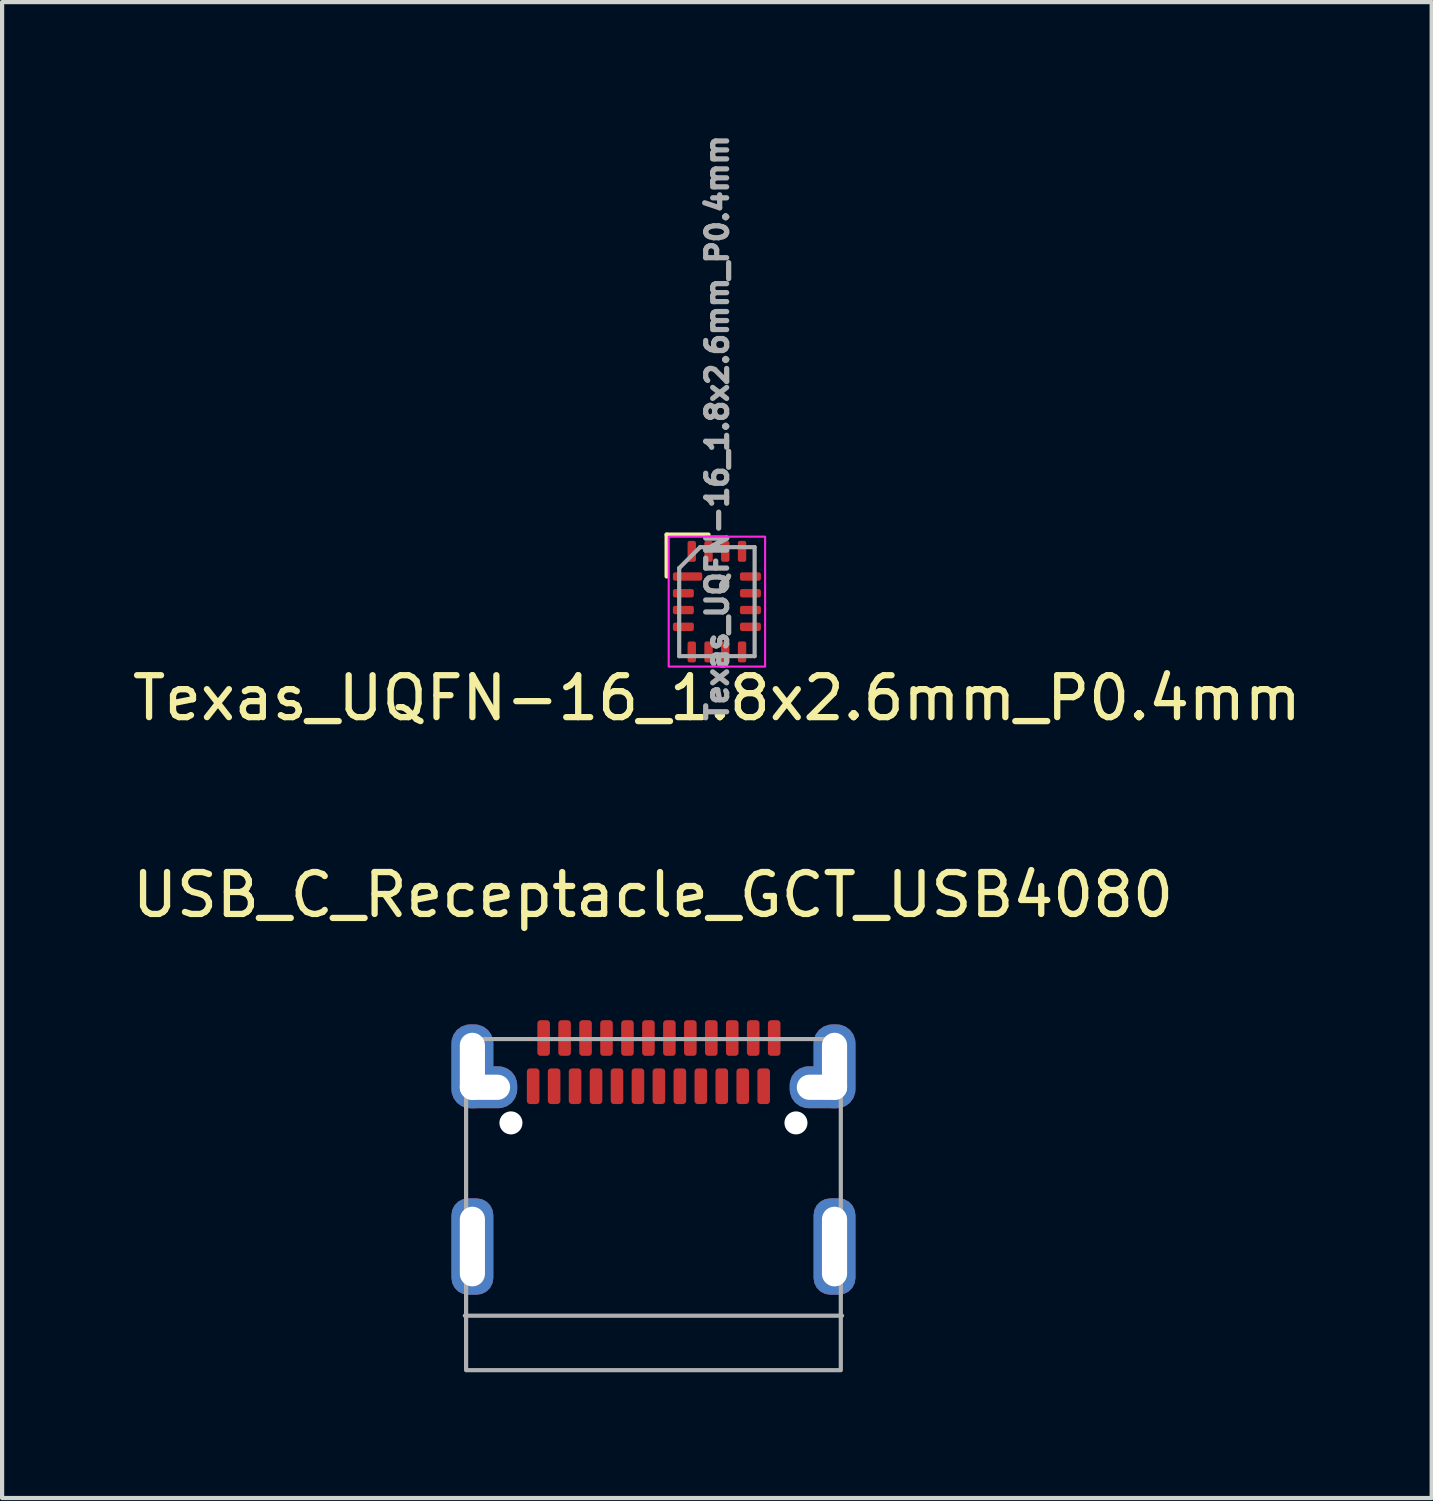
<source format=kicad_pcb>
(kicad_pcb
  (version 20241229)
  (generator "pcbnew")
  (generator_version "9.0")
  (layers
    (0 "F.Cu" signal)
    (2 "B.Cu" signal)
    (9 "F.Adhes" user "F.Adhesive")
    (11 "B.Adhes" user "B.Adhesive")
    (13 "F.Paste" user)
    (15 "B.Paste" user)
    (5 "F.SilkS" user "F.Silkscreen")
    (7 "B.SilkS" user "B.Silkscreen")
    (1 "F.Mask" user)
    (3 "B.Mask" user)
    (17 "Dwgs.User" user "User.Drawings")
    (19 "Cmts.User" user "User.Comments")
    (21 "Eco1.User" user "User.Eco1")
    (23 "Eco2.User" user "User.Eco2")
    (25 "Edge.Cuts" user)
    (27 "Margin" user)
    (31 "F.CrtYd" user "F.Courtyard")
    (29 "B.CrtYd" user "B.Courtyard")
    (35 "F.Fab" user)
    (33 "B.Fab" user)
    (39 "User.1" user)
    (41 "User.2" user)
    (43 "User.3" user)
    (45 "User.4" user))
  (footprint "Texas_UQFN-16_1.8x2.6mm_P0.4mm"
    (layer "F.Cu")
    (at 14.054 11.304)
    (property "Reference" "Texas_UQFN-16_1.8x2.6mm_P0.4mm" (at 0 2.3 0) (unlocked yes) (layer "F.SilkS") (effects (font (size 1 1) (thickness 0.15))))
    (attr smd)
    (fp_line (start -1.2 -1.6) (end -1.2 -0.6) (stroke (width 0.1) (type default)) (layer "F.SilkS"))
    (fp_line (start -1.2 -1.6) (end -0.2 -1.6) (stroke (width 0.1) (type default)) (layer "F.SilkS"))
    (fp_rect (start -1.15 -1.55) (end 1.15 1.55) (stroke (width 0.05) (type default)) (fill no) (layer "F.CrtYd"))
    (fp_line (start -0.9 1.3) (end -0.9 -0.8) (stroke (width 0.1) (type default)) (layer "F.Fab"))
    (fp_line (start -0.4 -1.3) (end -0.9 -0.8) (stroke (width 0.1) (type default)) (layer "F.Fab"))
    (fp_line (start -0.4 -1.3) (end 0.9 -1.3) (stroke (width 0.1) (type default)) (layer "F.Fab"))
    (fp_line (start 0.9 -1.3) (end 0.9 1.3) (stroke (width 0.1) (type default)) (layer "F.Fab"))
    (fp_line (start 0.9 1.3) (end -0.9 1.3) (stroke (width 0.1) (type default)) (layer "F.Fab"))
    (fp_text user "${REFERENCE}" (at 0.3 2.9 90) (unlocked yes) (layer "F.Fab") (effects (font (size 0.5 0.5) (thickness 0.125) (bold yes)) (justify left bottom)))
    (pad "1" smd roundrect (at -0.7 -0.6) (size 0.7 0.2) (layers "F.Cu" "F.Mask" "F.Paste") (roundrect_rratio 0.25))
    (pad "2" smd roundrect (at -0.8 -0.2) (size 0.5 0.2) (layers "F.Cu" "F.Mask" "F.Paste") (roundrect_rratio 0.25))
    (pad "3" smd roundrect (at -0.8 0.2) (size 0.5 0.2) (layers "F.Cu" "F.Mask" "F.Paste") (roundrect_rratio 0.25))
    (pad "4" smd roundrect (at -0.8 0.6) (size 0.5 0.2) (layers "F.Cu" "F.Mask" "F.Paste") (roundrect_rratio 0.25))
    (pad "5" smd roundrect (at -0.6 1.2 90) (size 0.5 0.2) (layers "F.Cu" "F.Mask" "F.Paste") (roundrect_rratio 0.25))
    (pad "6" smd roundrect (at -0.2 1.2 90) (size 0.5 0.2) (layers "F.Cu" "F.Mask" "F.Paste") (roundrect_rratio 0.25))
    (pad "7" smd roundrect (at 0.2 1.2 90) (size 0.5 0.2) (layers "F.Cu" "F.Mask" "F.Paste") (roundrect_rratio 0.25))
    (pad "8" smd roundrect (at 0.6 1.2 90) (size 0.5 0.2) (layers "F.Cu" "F.Mask" "F.Paste") (roundrect_rratio 0.25))
    (pad "9" smd roundrect (at 0.8 0.6 180) (size 0.5 0.2) (layers "F.Cu" "F.Mask" "F.Paste") (roundrect_rratio 0.25))
    (pad "10" smd roundrect (at 0.8 0.2 180) (size 0.5 0.2) (layers "F.Cu" "F.Mask" "F.Paste") (roundrect_rratio 0.25))
    (pad "11" smd roundrect (at 0.8 -0.2 180) (size 0.5 0.2) (layers "F.Cu" "F.Mask" "F.Paste") (roundrect_rratio 0.25))
    (pad "12" smd roundrect (at 0.8 -0.6 180) (size 0.5 0.2) (layers "F.Cu" "F.Mask" "F.Paste") (roundrect_rratio 0.25))
    (pad "13" smd roundrect (at 0.6 -1.2 270) (size 0.5 0.2) (layers "F.Cu" "F.Mask" "F.Paste") (roundrect_rratio 0.25))
    (pad "14" smd roundrect (at 0.2 -1.2 270) (size 0.5 0.2) (layers "F.Cu" "F.Mask" "F.Paste") (roundrect_rratio 0.25))
    (pad "15" smd roundrect (at -0.2 -1.2 270) (size 0.5 0.2) (layers "F.Cu" "F.Mask" "F.Paste") (roundrect_rratio 0.25))
    (pad "16" smd roundrect (at -0.6 -1.2 270) (size 0.5 0.2) (layers "F.Cu" "F.Mask" "F.Paste") (roundrect_rratio 0.25)))
  (footprint "USB_C_Receptacle_GCT_USB4080"
    (layer "F.Cu")
    (at 12.54 22.14)
    (property "Reference" "USB_C_Receptacle_GCT_USB4080" (at -0.01 -3.84 0) (unlocked yes) (layer "F.SilkS") (effects (font (size 1 1) (thickness 0.15))))
    (attr smd)
    (fp_line (start -4.5 6.2) (end 4.5 6.2) (stroke (width 0.1) (type default)) (layer "F.Fab"))
    (fp_rect (start -4.47 -0.4) (end 4.47 7.5) (stroke (width 0.1) (type default)) (fill no) (layer "F.Fab"))
    (pad "" np_thru_hole circle (at -3.4 1.6) (size 0.55 0.55) (drill 0.55) (layers "*.Cu" "*.Mask"))
    (pad "" np_thru_hole circle (at 3.4 1.6) (size 0.55 0.55) (drill 0.55) (layers "*.Cu" "*.Mask"))
    (pad "A1" smd roundrect (at -2.62 -0.425) (size 0.3 0.85) (layers "F.Cu" "F.Mask" "F.Paste") (roundrect_rratio 0.25))
    (pad "A2" smd roundrect (at -2.12 -0.425) (size 0.3 0.85) (layers "F.Cu" "F.Mask" "F.Paste") (roundrect_rratio 0.25))
    (pad "A3" smd roundrect (at -1.62 -0.425) (size 0.3 0.85) (layers "F.Cu" "F.Mask" "F.Paste") (roundrect_rratio 0.25))
    (pad "A4" smd roundrect (at -1.12 -0.425) (size 0.3 0.85) (layers "F.Cu" "F.Mask" "F.Paste") (roundrect_rratio 0.25))
    (pad "A5" smd roundrect (at -0.62 -0.425) (size 0.3 0.85) (layers "F.Cu" "F.Mask" "F.Paste") (roundrect_rratio 0.25))
    (pad "A6" smd roundrect (at -0.12 -0.425) (size 0.3 0.85) (layers "F.Cu" "F.Mask" "F.Paste") (roundrect_rratio 0.25))
    (pad "A7" smd roundrect (at 0.38 -0.425) (size 0.3 0.85) (layers "F.Cu" "F.Mask" "F.Paste") (roundrect_rratio 0.25))
    (pad "A8" smd roundrect (at 0.88 -0.425) (size 0.3 0.85) (layers "F.Cu" "F.Mask" "F.Paste") (roundrect_rratio 0.25))
    (pad "A9" smd roundrect (at 1.38 -0.425) (size 0.3 0.85) (layers "F.Cu" "F.Mask" "F.Paste") (roundrect_rratio 0.25))
    (pad "A10" smd roundrect (at 1.88 -0.425) (size 0.3 0.85) (layers "F.Cu" "F.Mask" "F.Paste") (roundrect_rratio 0.25))
    (pad "A11" smd roundrect (at 2.38 -0.425) (size 0.3 0.85) (layers "F.Cu" "F.Mask" "F.Paste") (roundrect_rratio 0.25))
    (pad "A12" smd roundrect (at 2.88 -0.425) (size 0.3 0.85) (layers "F.Cu" "F.Mask" "F.Paste") (roundrect_rratio 0.25))
    (pad "B1" smd roundrect (at 2.63 0.725) (size 0.3 0.85) (layers "F.Cu" "F.Mask" "F.Paste") (roundrect_rratio 0.25))
    (pad "B2" smd roundrect (at 2.13 0.725) (size 0.3 0.85) (layers "F.Cu" "F.Mask" "F.Paste") (roundrect_rratio 0.25))
    (pad "B3" smd roundrect (at 1.63 0.725) (size 0.3 0.85) (layers "F.Cu" "F.Mask" "F.Paste") (roundrect_rratio 0.25))
    (pad "B4" smd roundrect (at 1.13 0.725) (size 0.3 0.85) (layers "F.Cu" "F.Mask" "F.Paste") (roundrect_rratio 0.25))
    (pad "B5" smd roundrect (at 0.63 0.725) (size 0.3 0.85) (layers "F.Cu" "F.Mask" "F.Paste") (roundrect_rratio 0.25))
    (pad "B6" smd roundrect (at 0.13 0.725) (size 0.3 0.85) (layers "F.Cu" "F.Mask" "F.Paste") (roundrect_rratio 0.25))
    (pad "B7" smd roundrect (at -0.37 0.725) (size 0.3 0.85) (layers "F.Cu" "F.Mask" "F.Paste") (roundrect_rratio 0.25))
    (pad "B8" smd roundrect (at -0.87 0.725) (size 0.3 0.85) (layers "F.Cu" "F.Mask" "F.Paste") (roundrect_rratio 0.25))
    (pad "B9" smd roundrect (at -1.37 0.725) (size 0.3 0.85) (layers "F.Cu" "F.Mask" "F.Paste") (roundrect_rratio 0.25))
    (pad "B10" smd roundrect (at -1.87 0.725) (size 0.3 0.85) (layers "F.Cu" "F.Mask" "F.Paste") (roundrect_rratio 0.25))
    (pad "B11" smd roundrect (at -2.37 0.725) (size 0.3 0.85) (layers "F.Cu" "F.Mask" "F.Paste") (roundrect_rratio 0.25))
    (pad "B12" smd roundrect (at -2.87 0.725) (size 0.3 0.85) (layers "F.Cu" "F.Mask" "F.Paste") (roundrect_rratio 0.25))
    (pad "S1" thru_hole roundrect (at -4.32 0.25) (size 1 2) (drill oval 0.6 1.6) (layers "*.Cu" "*.Mask") (roundrect_rratio 0.45))
    (pad "S1" thru_hole roundrect (at -4.32 4.55) (size 1 2.3) (drill oval 0.6 1.9) (layers "*.Cu" "*.Mask") (roundrect_rratio 0.4))
    (pad "S1" thru_hole roundrect (at -4.02 0.75) (size 1.54 1) (drill oval 1.2 0.6) (layers "*.Cu" "*.Mask") (roundrect_rratio 0.45))
    (pad "S1" thru_hole roundrect (at 4.02 0.75) (size 1.54 1) (drill oval 1.2 0.6) (layers "*.Cu" "*.Mask") (roundrect_rratio 0.45))
    (pad "S1" thru_hole roundrect (at 4.32 0.25) (size 1 2) (drill oval 0.6 1.6) (layers "*.Cu" "*.Mask") (roundrect_rratio 0.45))
    (pad "S1" thru_hole roundrect (at 4.32 4.55) (size 1 2.3) (drill oval 0.6 1.9) (layers "*.Cu" "*.Mask") (roundrect_rratio 0.4)))
  (gr_rect
    (start -3 -3)
    (end 31.107 32.69)
    (stroke (width 0.1) (type default))
    (fill no)
    (layer "Edge.Cuts")))
</source>
